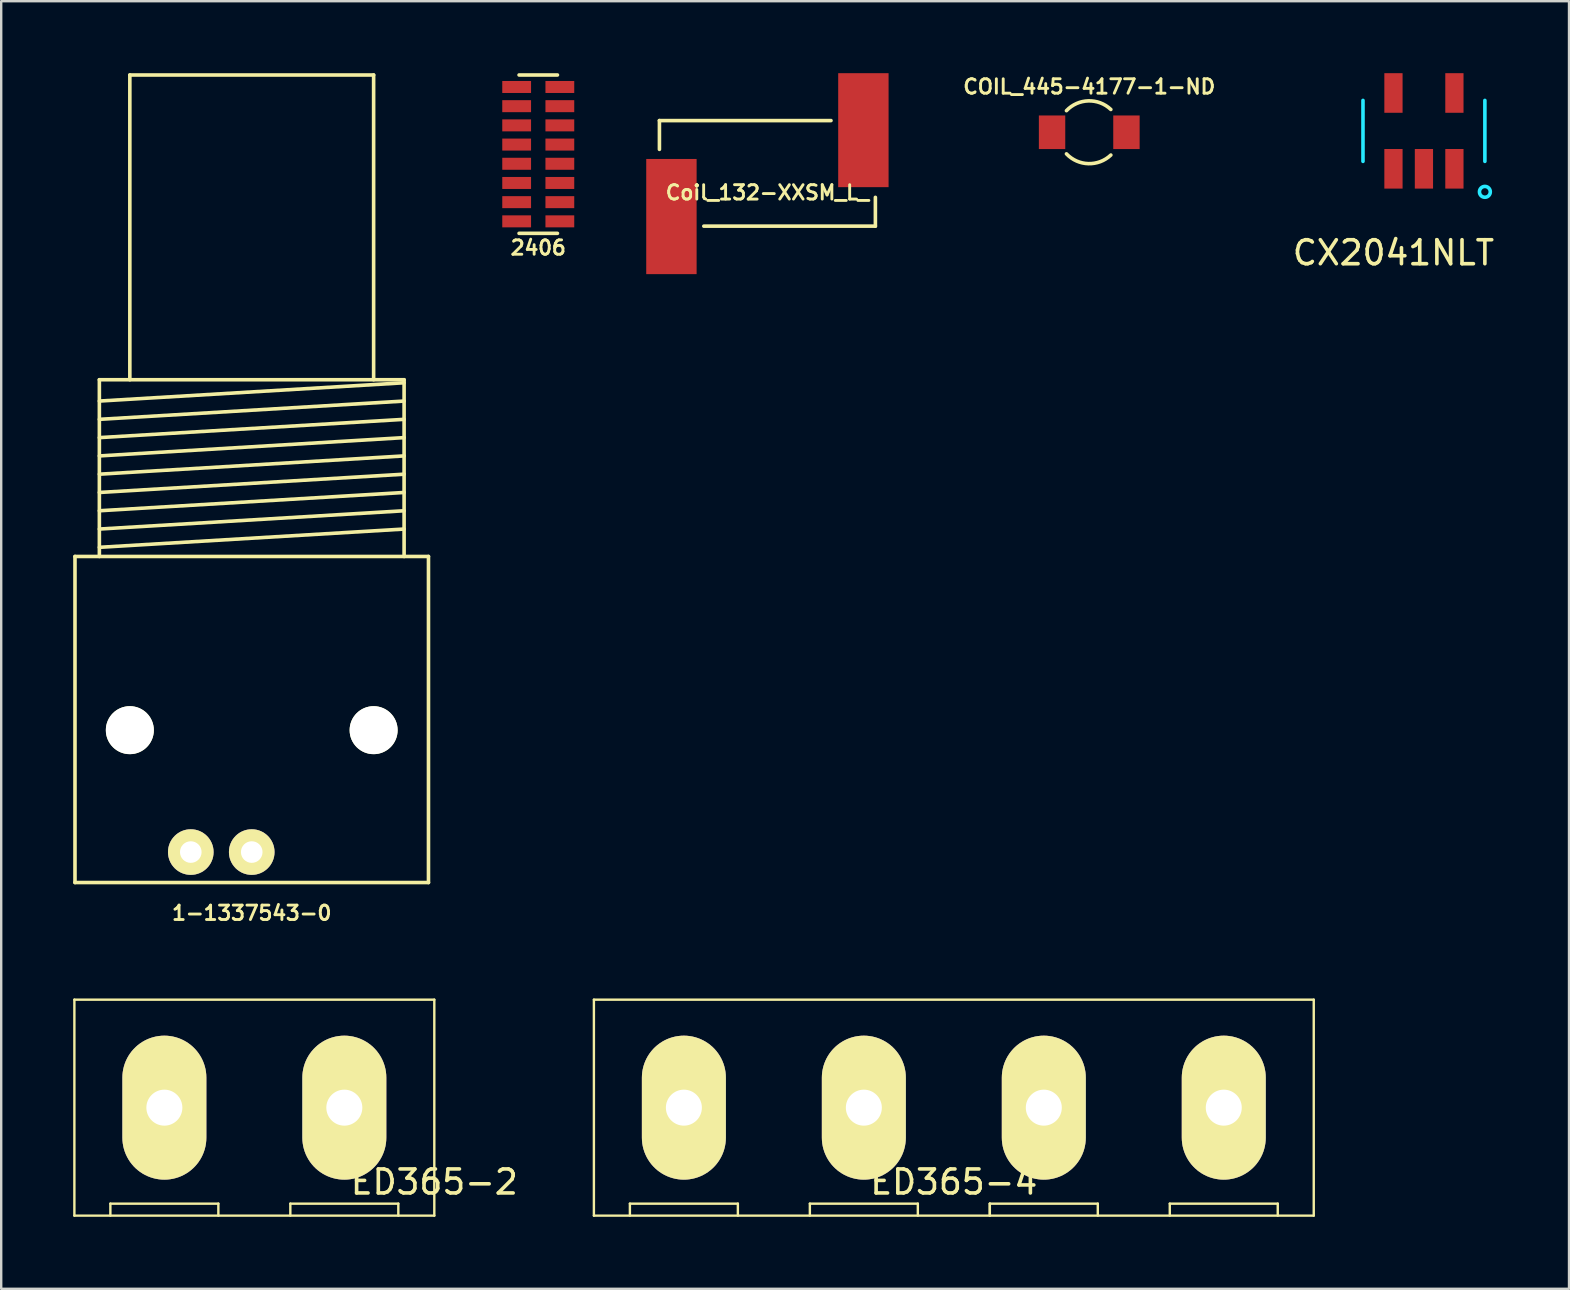
<source format=kicad_pcb>
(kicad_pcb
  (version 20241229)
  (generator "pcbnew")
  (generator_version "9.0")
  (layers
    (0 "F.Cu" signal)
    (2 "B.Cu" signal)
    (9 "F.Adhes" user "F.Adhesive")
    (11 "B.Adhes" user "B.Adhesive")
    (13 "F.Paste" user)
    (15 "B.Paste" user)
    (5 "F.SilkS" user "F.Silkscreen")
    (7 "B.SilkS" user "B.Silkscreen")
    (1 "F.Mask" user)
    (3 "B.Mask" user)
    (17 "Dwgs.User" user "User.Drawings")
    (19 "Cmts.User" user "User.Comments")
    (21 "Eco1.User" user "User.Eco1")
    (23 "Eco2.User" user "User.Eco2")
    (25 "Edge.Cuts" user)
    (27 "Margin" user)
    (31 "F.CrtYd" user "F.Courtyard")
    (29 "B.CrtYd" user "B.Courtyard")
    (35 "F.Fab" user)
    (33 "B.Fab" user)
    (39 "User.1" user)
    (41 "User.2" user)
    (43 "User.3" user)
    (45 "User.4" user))
  (footprint "ED365-2"
    (layer "F.Cu")
    (at 7.43 43.212)
    (property "Reference" "ED365-2" (at 7.62 3 0) (layer "F.SilkS") (effects (font (size 1 1) (thickness 0.15))))
    (attr through_hole)
    (fp_line (start -7.38 -4.6) (end 7.62 -4.6) (stroke (width 0.1) (type solid)) (layer "F.SilkS"))
    (fp_line (start -7.38 4.4) (end -7.38 -4.6) (stroke (width 0.1) (type solid)) (layer "F.SilkS"))
    (fp_line (start -5.88 3.9) (end -5.88 4.4) (stroke (width 0.1) (type solid)) (layer "F.SilkS"))
    (fp_line (start -5.88 3.9) (end -1.38 3.9) (stroke (width 0.1) (type solid)) (layer "F.SilkS"))
    (fp_line (start -1.38 3.9) (end -1.38 4.4) (stroke (width 0.1) (type solid)) (layer "F.SilkS"))
    (fp_line (start 1.62 3.9) (end 1.62 4.4) (stroke (width 0.1) (type solid)) (layer "F.SilkS"))
    (fp_line (start 1.62 3.9) (end 6.12 3.9) (stroke (width 0.1) (type solid)) (layer "F.SilkS"))
    (fp_line (start 6.12 3.9) (end 6.12 4.4) (stroke (width 0.1) (type solid)) (layer "F.SilkS"))
    (fp_line (start 7.62 -4.6) (end 7.62 4.4) (stroke (width 0.1) (type solid)) (layer "F.SilkS"))
    (fp_line (start 7.62 4.4) (end -7.38 4.4) (stroke (width 0.1) (type solid)) (layer "F.SilkS"))
    (pad "1" thru_hole oval (at -3.63 -0.1) (size 3.5 6) (drill 1.5) (layers "*.Cu" "*.Mask" "F.SilkS"))
    (pad "2" thru_hole oval (at 3.87 -0.1) (size 3.5 6) (drill 1.5) (layers "*.Cu" "*.Mask" "F.SilkS")))
  (footprint "1-1337543-0"
    (layer "F.Cu")
    (at 4.901 32.46)
    (property "Reference" "1-1337543-0" (at 2.54 2.54 0) (layer "F.SilkS") (effects (font (size 0.6 0.6) (thickness 0.12))))
    (attr through_hole)
    (fp_line (start -4.826 1.27) (end -4.826 -12.319) (stroke (width 0.15) (type solid)) (layer "F.SilkS"))
    (fp_line (start -4.826 1.27) (end 9.906 1.27) (stroke (width 0.15) (type solid)) (layer "F.SilkS"))
    (fp_line (start -3.81 -19.685) (end -3.81 -12.319) (stroke (width 0.15) (type solid)) (layer "F.SilkS"))
    (fp_line (start -3.81 -18.796) (end 8.89 -19.558) (stroke (width 0.15) (type solid)) (layer "F.SilkS"))
    (fp_line (start -3.81 -18.034) (end 8.89 -18.796) (stroke (width 0.15) (type solid)) (layer "F.SilkS"))
    (fp_line (start -3.81 -17.272) (end 8.89 -18.034) (stroke (width 0.15) (type solid)) (layer "F.SilkS"))
    (fp_line (start -3.81 -16.51) (end 8.89 -17.272) (stroke (width 0.15) (type solid)) (layer "F.SilkS"))
    (fp_line (start -3.81 -15.748) (end 8.89 -16.51) (stroke (width 0.15) (type solid)) (layer "F.SilkS"))
    (fp_line (start -3.81 -14.986) (end 8.89 -15.748) (stroke (width 0.15) (type solid)) (layer "F.SilkS"))
    (fp_line (start -3.81 -14.224) (end 8.89 -14.986) (stroke (width 0.15) (type solid)) (layer "F.SilkS"))
    (fp_line (start -3.81 -13.462) (end 8.89 -14.224) (stroke (width 0.15) (type solid)) (layer "F.SilkS"))
    (fp_line (start -3.81 -12.7) (end 8.89 -13.462) (stroke (width 0.15) (type solid)) (layer "F.SilkS"))
    (fp_line (start -2.54 -32.385) (end 7.62 -32.385) (stroke (width 0.15) (type solid)) (layer "F.SilkS"))
    (fp_line (start -2.54 -19.685) (end -2.54 -32.385) (stroke (width 0.15) (type solid)) (layer "F.SilkS"))
    (fp_line (start 7.62 -32.385) (end 7.62 -19.685) (stroke (width 0.15) (type solid)) (layer "F.SilkS"))
    (fp_line (start 8.89 -19.685) (end -3.81 -19.685) (stroke (width 0.15) (type solid)) (layer "F.SilkS"))
    (fp_line (start 8.89 -19.685) (end 8.89 -12.319) (stroke (width 0.15) (type solid)) (layer "F.SilkS"))
    (fp_line (start 9.906 -12.319) (end -4.826 -12.319) (stroke (width 0.15) (type solid)) (layer "F.SilkS"))
    (fp_line (start 9.906 1.27) (end 9.906 -12.319) (stroke (width 0.15) (type solid)) (layer "F.SilkS"))
    (pad "" np_thru_hole circle (at -2.54 -5.08) (size 2 2) (drill 2) (layers "*.Cu" "*.Mask" "F.SilkS"))
    (pad "" np_thru_hole circle (at 7.62 -5.08) (size 2 2) (drill 2) (layers "*.Cu" "*.Mask" "F.SilkS"))
    (pad "1" thru_hole circle (at 2.54 0) (size 1.9 1.9) (drill 0.9) (layers "*.Cu" "*.Mask" "F.SilkS"))
    (pad "2" thru_hole circle (at 0 0) (size 1.9 1.9) (drill 0.9) (layers "*.Cu" "*.Mask" "F.SilkS")))
  (footprint "ED365-4"
    (layer "F.Cu")
    (at 36.701 43.112)
    (property "Reference" "ED365-4" (at 0 3.1 0) (layer "F.SilkS") (effects (font (size 1 1) (thickness 0.15))))
    (attr through_hole)
    (fp_line (start -15 -4.5) (end 15 -4.5) (stroke (width 0.1) (type solid)) (layer "F.SilkS"))
    (fp_line (start -15 4.5) (end -15 -4.5) (stroke (width 0.1) (type solid)) (layer "F.SilkS"))
    (fp_line (start -13.5 4) (end -13.5 4.5) (stroke (width 0.1) (type solid)) (layer "F.SilkS"))
    (fp_line (start -13.5 4) (end -9 4) (stroke (width 0.1) (type solid)) (layer "F.SilkS"))
    (fp_line (start -9 4) (end -9 4.5) (stroke (width 0.1) (type solid)) (layer "F.SilkS"))
    (fp_line (start -6 4) (end -6 4.5) (stroke (width 0.1) (type solid)) (layer "F.SilkS"))
    (fp_line (start -6 4) (end -1.5 4) (stroke (width 0.1) (type solid)) (layer "F.SilkS"))
    (fp_line (start -1.5 4) (end -1.5 4.5) (stroke (width 0.1) (type solid)) (layer "F.SilkS"))
    (fp_line (start 1.5 4) (end 1.5 4.5) (stroke (width 0.1) (type solid)) (layer "F.SilkS"))
    (fp_line (start 1.5 4) (end 6 4) (stroke (width 0.1) (type solid)) (layer "F.SilkS"))
    (fp_line (start 1.5 4.5) (end 1.5 4) (stroke (width 0.1) (type solid)) (layer "F.SilkS"))
    (fp_line (start 6 4) (end 6 4.5) (stroke (width 0.1) (type solid)) (layer "F.SilkS"))
    (fp_line (start 9 4) (end 13.5 4) (stroke (width 0.1) (type solid)) (layer "F.SilkS"))
    (fp_line (start 9 4.5) (end 9 4) (stroke (width 0.1) (type solid)) (layer "F.SilkS"))
    (fp_line (start 13.5 4) (end 13.5 4.5) (stroke (width 0.1) (type solid)) (layer "F.SilkS"))
    (fp_line (start 15 -4.5) (end 15 4.5) (stroke (width 0.1) (type solid)) (layer "F.SilkS"))
    (fp_line (start 15 4.5) (end -15 4.5) (stroke (width 0.1) (type solid)) (layer "F.SilkS"))
    (pad "1" thru_hole oval (at -11.25 0) (size 3.5 6) (drill 1.5) (layers "*.Cu" "*.Mask" "F.SilkS"))
    (pad "2" thru_hole oval (at -3.75 0) (size 3.5 6) (drill 1.5) (layers "*.Cu" "*.Mask" "F.SilkS"))
    (pad "3" thru_hole oval (at 3.75 0) (size 3.5 6) (drill 1.5) (layers "*.Cu" "*.Mask" "F.SilkS"))
    (pad "4" thru_hole oval (at 11.25 0) (size 3.5 6) (drill 1.5) (layers "*.Cu" "*.Mask" "F.SilkS")))
  (footprint "CX2041NLT"
    (layer "F.Cu")
    (at 56.293 2.405)
    (property "Reference" "CX2041NLT" (at -1.27 5.08 0) (layer "F.SilkS") (effects (font (size 1 1) (thickness 0.15))))
    (attr through_hole)
    (fp_line (start -2.54 -1.27) (end -2.54 1.27) (stroke (width 0.15) (type solid)) (layer "B.CrtYd"))
    (fp_line (start 2.54 -1.27) (end 2.54 1.27) (stroke (width 0.15) (type solid)) (layer "B.CrtYd"))
    (fp_circle (center 2.54 2.54) (end 2.7 2.7) (stroke (width 0.15) (type solid)) (fill no) (layer "B.CrtYd"))
    (pad "1" smd rect (at 1.27 1.58) (size 0.76 1.65) (layers "F.Cu" "F.Mask" "F.Paste"))
    (pad "2" smd rect (at 0 1.58) (size 0.76 1.65) (layers "F.Cu" "F.Mask" "F.Paste"))
    (pad "3" smd rect (at -1.27 1.58) (size 0.76 1.65) (layers "F.Cu" "F.Mask" "F.Paste"))
    (pad "4" smd rect (at -1.27 -1.58) (size 0.76 1.65) (layers "F.Cu" "F.Mask" "F.Paste"))
    (pad "5" smd rect (at 1.27 -1.58 180) (size 0.76 1.65) (layers "F.Cu" "F.Mask" "F.Paste")))
  (footprint "Coil_132-XXSM_L_"
    (layer "F.Cu")
    (at 24.932 5.975)
    (property "Reference" "Coil_132-XXSM_L_" (at 4 -1 0) (layer "F.SilkS") (effects (font (size 0.6 0.6) (thickness 0.12))))
    (attr through_hole)
    (fp_line (start -0.5 -4) (end 6.65 -4) (stroke (width 0.15) (type solid)) (layer "F.SilkS"))
    (fp_line (start -0.5 -2.8) (end -0.5 -4) (stroke (width 0.15) (type solid)) (layer "F.SilkS"))
    (fp_line (start 8.5 -0.8) (end 8.5 0.4) (stroke (width 0.15) (type solid)) (layer "F.SilkS"))
    (fp_line (start 8.5 0.4) (end 1.35 0.4) (stroke (width 0.15) (type solid)) (layer "F.SilkS"))
    (pad "1" smd rect (at 0 0) (size 2.1 4.8) (layers "F.Cu" "F.Mask" "F.Paste"))
    (pad "2" smd rect (at 8 -3.6) (size 2.1 4.75) (layers "F.Cu" "F.Mask" "F.Paste")))
  (footprint "2406"
    (layer "F.Cu")
    (at 18.482 0.575)
    (property "Reference" "2406" (at 0.9 6.7 0) (layer "F.SilkS") (effects (font (size 0.6 0.6) (thickness 0.12))))
    (attr through_hole)
    (fp_line (start 0.1 -0.5) (end 1.7 -0.5) (stroke (width 0.15) (type solid)) (layer "F.SilkS"))
    (fp_line (start 0.1 6.1) (end 1.7 6.1) (stroke (width 0.15) (type solid)) (layer "F.SilkS"))
    (pad "1" smd rect (at 0 0) (size 1.2 0.5) (layers "F.Cu" "F.Mask" "F.Paste"))
    (pad "2" smd rect (at 0 0.8) (size 1.2 0.5) (layers "F.Cu" "F.Mask" "F.Paste"))
    (pad "3" smd rect (at 0 1.6) (size 1.2 0.5) (layers "F.Cu" "F.Mask" "F.Paste"))
    (pad "4" smd rect (at 0 2.4) (size 1.2 0.5) (layers "F.Cu" "F.Mask" "F.Paste"))
    (pad "5" smd rect (at 0 3.2) (size 1.2 0.5) (layers "F.Cu" "F.Mask" "F.Paste"))
    (pad "6" smd rect (at 0 4) (size 1.2 0.5) (layers "F.Cu" "F.Mask" "F.Paste"))
    (pad "7" smd rect (at 0 4.8) (size 1.2 0.5) (layers "F.Cu" "F.Mask" "F.Paste"))
    (pad "8" smd rect (at 0 5.6) (size 1.2 0.5) (layers "F.Cu" "F.Mask" "F.Paste"))
    (pad "9" smd rect (at 1.8 5.6) (size 1.2 0.5) (layers "F.Cu" "F.Mask" "F.Paste"))
    (pad "10" smd rect (at 1.8 4.8) (size 1.2 0.5) (layers "F.Cu" "F.Mask" "F.Paste"))
    (pad "11" smd rect (at 1.8 4) (size 1.2 0.5) (layers "F.Cu" "F.Mask" "F.Paste"))
    (pad "12" smd rect (at 1.8 3.2) (size 1.2 0.5) (layers "F.Cu" "F.Mask" "F.Paste"))
    (pad "13" smd rect (at 1.8 2.4) (size 1.2 0.5) (layers "F.Cu" "F.Mask" "F.Paste"))
    (pad "14" smd rect (at 1.8 1.6) (size 1.2 0.5) (layers "F.Cu" "F.Mask" "F.Paste"))
    (pad "15" smd rect (at 1.8 0.8) (size 1.2 0.5) (layers "F.Cu" "F.Mask" "F.Paste"))
    (pad "16" smd rect (at 1.8 0) (size 1.2 0.5) (layers "F.Cu" "F.Mask" "F.Paste")))
  (footprint "COIL_445-4177-1-ND"
    (layer "F.Cu")
    (at 40.795 2.462)
    (property "Reference" "COIL_445-4177-1-ND" (at 1.55 -1.9 0) (layer "F.SilkS") (effects (font (size 0.6 0.6) (thickness 0.12))))
    (attr through_hole)
    (fp_arc (start 0.6 -0.9) (mid 1.514645 -1.308148) (end 2.45 -0.95) (stroke (width 0.15) (type solid)) (layer "F.SilkS"))
    (fp_arc (start 2.45 0.95) (mid 1.514645 1.308148) (end 0.6 0.9) (stroke (width 0.15) (type solid)) (layer "F.SilkS"))
    (pad "1" smd rect (at 0 0) (size 1.1 1.4) (layers "F.Cu" "F.Mask" "F.Paste"))
    (pad "2" smd rect (at 3.1 0) (size 1.1 1.4) (layers "F.Cu" "F.Mask" "F.Paste")))
  (gr_rect
    (start -3 -3)
    (end 62.339 50.662)
    (stroke (width 0.1) (type default))
    (fill no)
    (layer "Edge.Cuts")))
</source>
